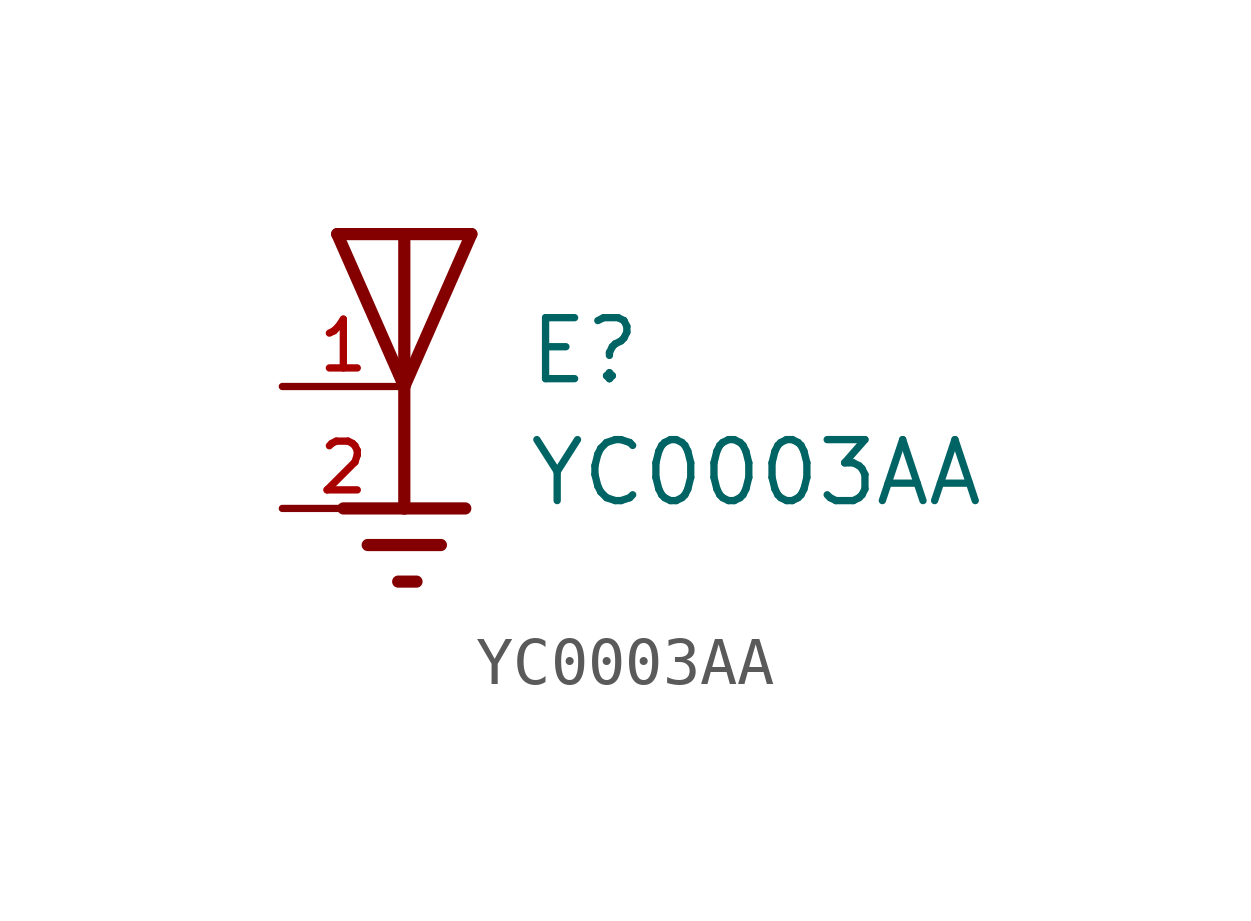
<source format=kicad_sym>
(kicad_symbol_lib
  (version 20211014)
  (generator kicad_symbol_editor)
  (symbol "YC0003AA"
    (pin_names
      (offset 1.016))
    (property "Reference" "E"
      (at 2.54 0.0 0)
      (effects (font (size 1.27 1.27)) (justify bottom left)))
    (property "Value" "YC0003AA"
      (at 2.54 -2.54 0)
      (effects (font (size 1.27 1.27)) (justify bottom left)))
    (symbol "YC0003AA_0_0"
      (polyline (pts (xy -1.397 3.175) (xy 0.0 3.175)) (stroke (width 0.254)))
      (polyline (pts (xy 0.0 3.175) (xy 1.397 3.175)) (stroke (width 0.254)))
      (polyline (pts (xy 1.397 3.175) (xy 0.0 0.0)) (stroke (width 0.254)))
      (polyline (pts (xy 0.0 0.0) (xy -1.397 3.175)) (stroke (width 0.254)))
      (polyline (pts (xy 0.0 3.175) (xy 0.0 0.0)) (stroke (width 0.254)))
      (polyline (pts (xy 0.0 0.0) (xy 0.0 -2.54)) (stroke (width 0.254)))
      (polyline (pts (xy 0.0 -2.54) (xy -1.27 -2.54)) (stroke (width 0.254)))
      (polyline (pts (xy 0.0 -2.54) (xy 1.27 -2.54)) (stroke (width 0.254)))
      (polyline (pts (xy -0.762 -3.302) (xy 0.762 -3.302)) (stroke (width 0.254)))
      (polyline (pts (xy -0.127 -4.064) (xy 0.254 -4.064)) (stroke (width 0.254)))
      (pin passive line (at -2.54 0.0 0) (length 2.54) (name "~" (effects (font (size 1.016 1.016)))) (number "1" (effects (font (size 1.016 1.016)))))
      (pin power_in line (at -2.54 -2.54 0) (length 2.54) (name "~" (effects (font (size 1.016 1.016)))) (number "2" (effects (font (size 1.016 1.016))))))))
</source>
